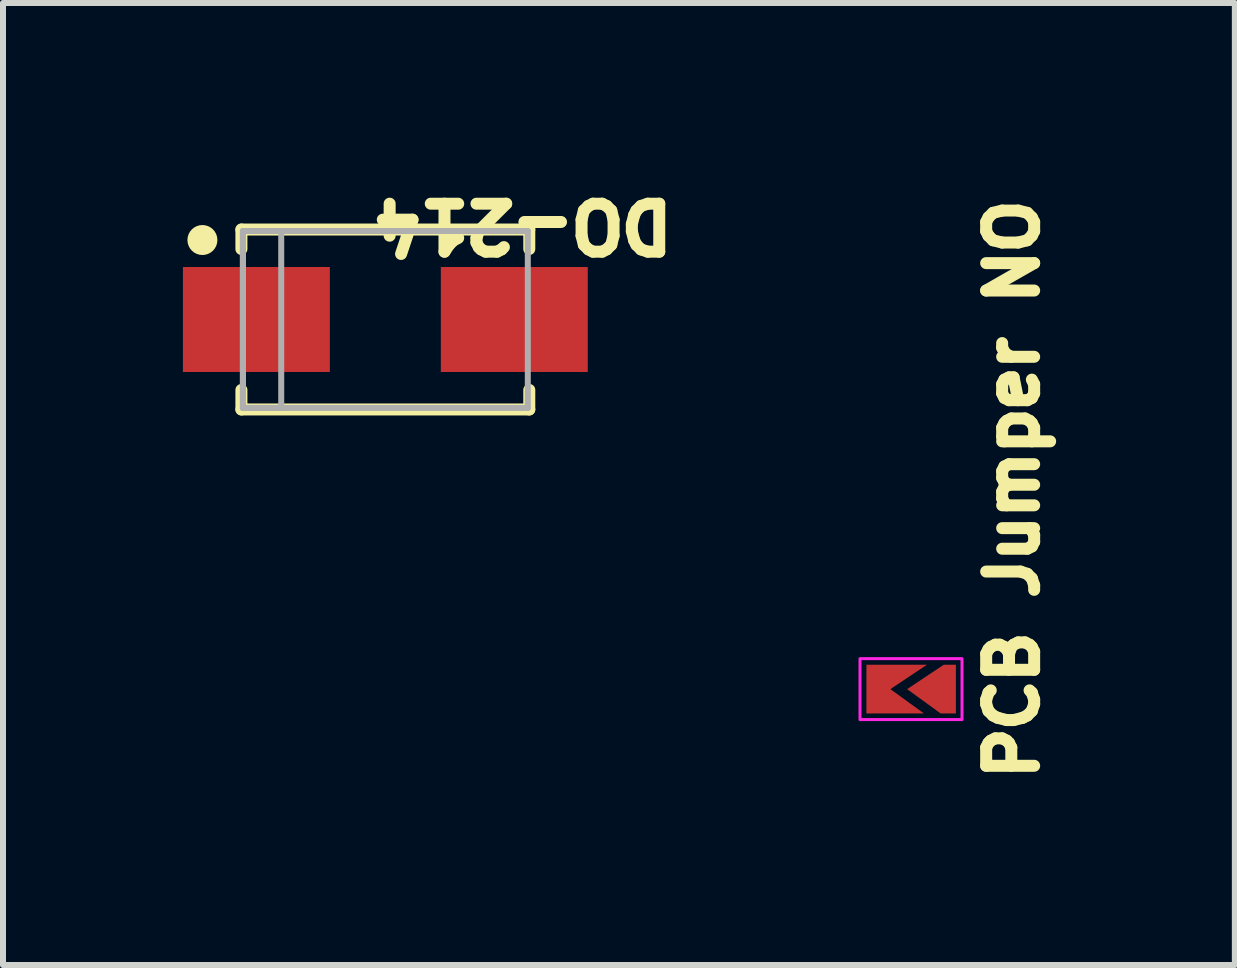
<source format=kicad_pcb>
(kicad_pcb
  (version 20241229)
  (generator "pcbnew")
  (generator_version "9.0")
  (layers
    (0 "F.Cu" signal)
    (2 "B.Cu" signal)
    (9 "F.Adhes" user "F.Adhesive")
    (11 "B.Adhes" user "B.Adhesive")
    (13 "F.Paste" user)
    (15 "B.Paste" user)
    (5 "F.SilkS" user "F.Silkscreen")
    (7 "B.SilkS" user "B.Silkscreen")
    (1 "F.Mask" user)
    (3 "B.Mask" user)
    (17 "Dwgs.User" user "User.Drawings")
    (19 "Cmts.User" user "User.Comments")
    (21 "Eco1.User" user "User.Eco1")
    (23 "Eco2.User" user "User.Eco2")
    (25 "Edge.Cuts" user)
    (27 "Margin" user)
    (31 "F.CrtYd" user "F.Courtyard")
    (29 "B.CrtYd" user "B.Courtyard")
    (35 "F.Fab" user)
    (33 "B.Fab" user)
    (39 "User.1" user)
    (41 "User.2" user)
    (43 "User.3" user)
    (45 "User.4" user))
  (footprint "DO-214"
    (layer "F.Cu")
    (at 3.375 2.277)
    (property "Reference" "DO-214" (at 4.889 -2.039 180) (unlocked yes) (layer "F.SilkS") (effects (font (size 0.8 0.8) (thickness 0.2)) (justify left bottom)))
    (attr smd)
    (fp_line (start -2.4 -1.5) (end 2.4 -1.5) (stroke (width 0.2) (type solid)) (layer "F.SilkS"))
    (fp_line (start -2.4 -1.175) (end -2.4 -1.5) (stroke (width 0.2) (type solid)) (layer "F.SilkS"))
    (fp_line (start -2.4 1.5) (end -2.4 1.175) (stroke (width 0.2) (type solid)) (layer "F.SilkS"))
    (fp_line (start -2.4 1.5) (end 2.4 1.5) (stroke (width 0.2) (type solid)) (layer "F.SilkS"))
    (fp_line (start 2.4 -1.175) (end 2.4 -1.5) (stroke (width 0.2) (type solid)) (layer "F.SilkS"))
    (fp_line (start 2.4 1.5) (end 2.4 1.175) (stroke (width 0.2) (type solid)) (layer "F.SilkS"))
    (fp_circle (center -3.05 -1.325) (end -3.175 -1.325) (stroke (width 0.25) (type solid)) (fill no) (layer "F.SilkS"))
    (fp_line (start -3.125 -1.75) (end 3.125 -1.75) (stroke (width 0.05) (type solid)) (layer "Eco1.User"))
    (fp_line (start -3.125 1.75) (end -3.125 -1.75) (stroke (width 0.05) (type solid)) (layer "Eco1.User"))
    (fp_line (start -3.125 1.75) (end 3.125 1.75) (stroke (width 0.05) (type solid)) (layer "Eco1.User"))
    (fp_line (start -0.5 0) (end 0.5 0) (stroke (width 0.1) (type solid)) (layer "Eco1.User"))
    (fp_line (start 0 0.5) (end 0 -0.5) (stroke (width 0.1) (type solid)) (layer "Eco1.User"))
    (fp_line (start 3.125 1.75) (end 3.125 -1.75) (stroke (width 0.05) (type solid)) (layer "Eco1.User"))
    (fp_line (start -2.375 -1.475) (end 2.375 -1.475) (stroke (width 0.1) (type solid)) (layer "F.Fab"))
    (fp_line (start -2.375 1.475) (end -2.375 -1.475) (stroke (width 0.1) (type solid)) (layer "F.Fab"))
    (fp_line (start -2.375 1.475) (end 2.375 1.475) (stroke (width 0.1) (type solid)) (layer "F.Fab"))
    (fp_line (start 2.375 1.475) (end 2.375 -1.475) (stroke (width 0.1) (type solid)) (layer "F.Fab"))
    (fp_rect (start -1.736 1.475) (end -2.375 -1.475) (stroke (width 0.1) (type default)) (fill no) (layer "F.Fab"))
    (pad "1" smd rect (at -2.15 0 90) (size 1.75 2.45) (layers "F.Cu" "F.Mask" "F.Paste"))
    (pad "2" smd rect (at 2.15 0 90) (size 1.75 2.45) (layers "F.Cu" "F.Mask" "F.Paste")))
  (footprint "PCB Jumper NO"
    (layer "F.Cu")
    (at 12.101 8.44)
    (property "Reference" "PCB Jumper NO" (at 2.2 1.6 90) (unlocked yes) (layer "F.SilkS") (effects (font (size 0.8 0.8) (thickness 0.2)) (justify left bottom)))
    (attr smd exclude_from_pos_files exclude_from_bom)
    (fp_rect (start 0.889 0.508) (end -0.812 -0.508) (stroke (width 0.05) (type solid)) (fill no) (layer "F.CrtYd"))
    (pad "1" smd custom (at 0.533 0.406 90) (size 0.000001 0.000001) (layers "F.Cu" "F.Mask" "F.Paste") (options (anchor circle)) (primitives (gr_poly (pts (xy 0 0) (xy 0.406 -0.559) (xy 0.813 0.051) (xy 0.813 0.254) (xy 0 0.254)) (width 0) (fill yes))))
    (pad "1" smd circle (at 0.584 0) (size 0.025 0.025) (layers "F.Cu" "F.Mask" "F.Paste"))
    (pad "2" smd custom (at -0.705 0.406 90) (size 0.000001 0.000001) (layers "F.Cu" "F.Mask" "F.Paste") (options (anchor circle)) (primitives (gr_poly (pts (xy 0 0) (xy 0.813 0) (xy 0.813 1.01) (xy 0.406 0.4) (xy 0 0.959)) (width 0) (fill yes))))
    (pad "2" smd circle (at -0.61 0) (size 0.025 0.025) (layers "F.Cu" "F.Paste")))
  (gr_rect
    (start -3 -3)
    (end 17.539 13.04)
    (stroke (width 0.1) (type default))
    (fill no)
    (layer "Edge.Cuts")))
</source>
